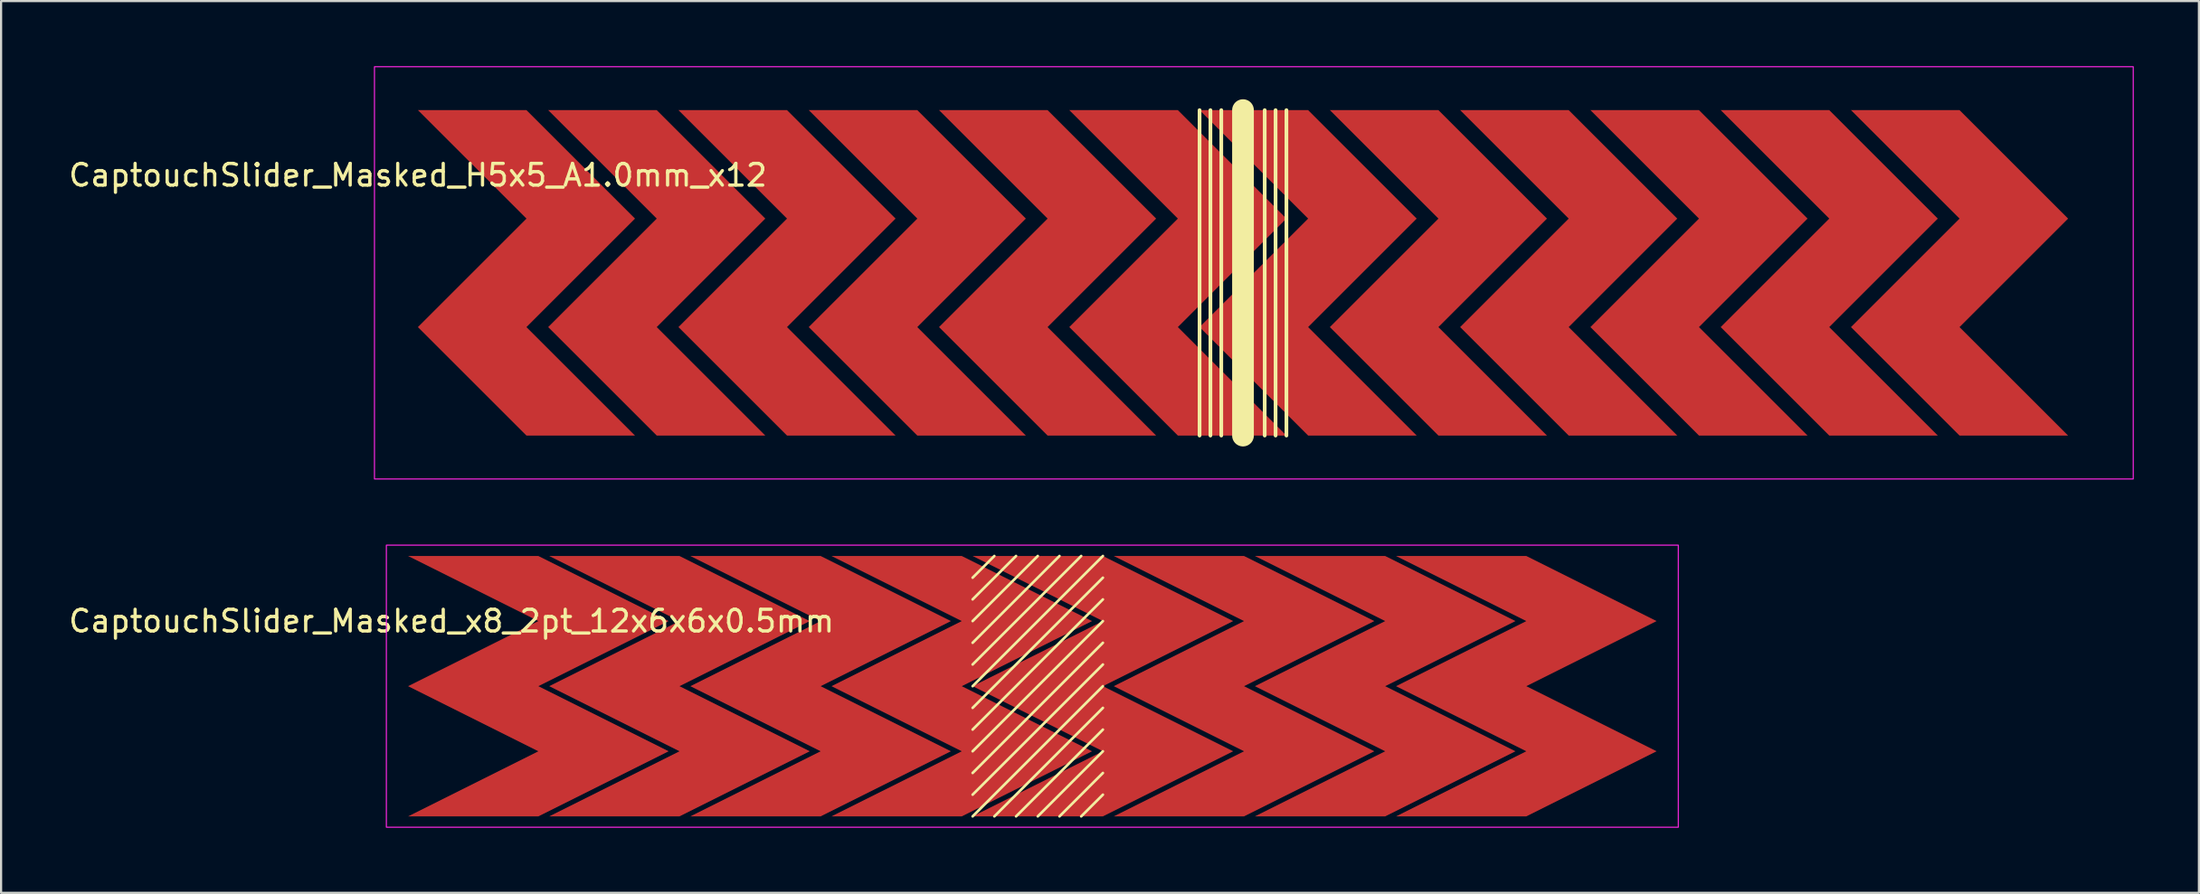
<source format=kicad_pcb>
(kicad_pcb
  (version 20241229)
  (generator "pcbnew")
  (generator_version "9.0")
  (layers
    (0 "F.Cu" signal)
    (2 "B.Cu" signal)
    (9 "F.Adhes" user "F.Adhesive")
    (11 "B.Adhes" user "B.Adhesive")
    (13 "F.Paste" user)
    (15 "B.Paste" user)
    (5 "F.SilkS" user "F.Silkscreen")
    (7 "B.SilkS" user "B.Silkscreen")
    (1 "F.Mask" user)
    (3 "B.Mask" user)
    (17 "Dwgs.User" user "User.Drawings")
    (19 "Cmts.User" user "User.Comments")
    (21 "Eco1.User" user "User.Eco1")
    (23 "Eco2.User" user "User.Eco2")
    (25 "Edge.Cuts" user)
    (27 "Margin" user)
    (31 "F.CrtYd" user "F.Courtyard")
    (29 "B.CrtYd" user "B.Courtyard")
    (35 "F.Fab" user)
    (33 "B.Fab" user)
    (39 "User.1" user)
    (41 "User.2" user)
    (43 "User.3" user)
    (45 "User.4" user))
  (footprint "CaptouchSlider_Masked_x8_2pt_12x6x6x0.5mm"
    (layer "F.Cu")
    (at 15.744 30.575)
    (property "Reference" "CaptouchSlider_Masked_x8_2pt_12x6x6x0.5mm" (at 2 -5 0) (layer "F.SilkS") (effects (font (size 1 1) (thickness 0.15))))
    (attr exclude_from_pos_files exclude_from_bom)
    (fp_line (start 26 -6) (end 28 -8) (stroke (width 0.12) (type solid)) (layer "F.SilkS"))
    (fp_line (start 26 -4) (end 30 -8) (stroke (width 0.12) (type solid)) (layer "F.SilkS"))
    (fp_line (start 26 -1) (end 32 -7) (stroke (width 0.12) (type solid)) (layer "F.SilkS"))
    (fp_line (start 26 1) (end 32 -5) (stroke (width 0.12) (type solid)) (layer "F.SilkS"))
    (fp_line (start 26 3) (end 32 -3) (stroke (width 0.12) (type solid)) (layer "F.SilkS"))
    (fp_line (start 27 -8) (end 26 -7) (stroke (width 0.12) (type solid)) (layer "F.SilkS"))
    (fp_line (start 27 4) (end 32 -1) (stroke (width 0.12) (type solid)) (layer "F.SilkS"))
    (fp_line (start 29 -8) (end 26 -5) (stroke (width 0.12) (type solid)) (layer "F.SilkS"))
    (fp_line (start 29 4) (end 32 1) (stroke (width 0.12) (type solid)) (layer "F.SilkS"))
    (fp_line (start 31 -8) (end 26 -3) (stroke (width 0.12) (type solid)) (layer "F.SilkS"))
    (fp_line (start 31 4) (end 32 3) (stroke (width 0.12) (type solid)) (layer "F.SilkS"))
    (fp_line (start 32 -8) (end 26 -2) (stroke (width 0.12) (type solid)) (layer "F.SilkS"))
    (fp_line (start 32 -6) (end 26 0) (stroke (width 0.12) (type solid)) (layer "F.SilkS"))
    (fp_line (start 32 -4) (end 26 2) (stroke (width 0.12) (type solid)) (layer "F.SilkS"))
    (fp_line (start 32 -2) (end 26 4) (stroke (width 0.12) (type solid)) (layer "F.SilkS"))
    (fp_line (start 32 0) (end 28 4) (stroke (width 0.12) (type solid)) (layer "F.SilkS"))
    (fp_line (start 32 2) (end 30 4) (stroke (width 0.12) (type solid)) (layer "F.SilkS"))
    (fp_rect (start -1 -8.5) (end 58.5 4.5) (stroke (width 0.05) (type solid)) (fill no) (layer "F.CrtYd"))
    (pad "1" smd custom (at 11 -2) (size 1.8 1.8) (layers "F.Cu") (options (anchor circle)) (primitives (gr_poly (pts (xy 7.5 -3) (xy 1.5 0) (xy 7.5 3) (xy 1.5 6) (xy -4.5 6) (xy 1.5 3) (xy -4.5 0) (xy 1.5 -3) (xy -4.5 -6) (xy 1.5 -6)) (width 0) (fill yes))))
    (pad "2" smd custom (at 17.5 -2) (size 1.8 1.8) (layers "F.Cu") (options (anchor circle)) (primitives (gr_poly (pts (xy 7.5 -3) (xy 1.5 0) (xy 7.5 3) (xy 1.5 6) (xy -4.5 6) (xy 1.5 3) (xy -4.5 0) (xy 1.5 -3) (xy -4.5 -6) (xy 1.5 -6)) (width 0) (fill yes))))
    (pad "3" smd custom (at 24 -2) (size 1.8 1.8) (layers "F.Cu") (options (anchor circle)) (primitives (gr_poly (pts (xy 7.5 -3) (xy 1.5 0) (xy 7.5 3) (xy 1.5 6) (xy -4.5 6) (xy 1.5 3) (xy -4.5 0) (xy 1.5 -3) (xy -4.5 -6) (xy 1.5 -6)) (width 0) (fill yes))))
    (pad "4" smd custom (at 30.5 -2) (size 1.8 1.8) (layers "F.Cu") (options (anchor circle)) (primitives (gr_poly (pts (xy 7.5 -3) (xy 1.5 0) (xy 7.5 3) (xy 1.5 6) (xy -4.5 6) (xy 1.5 3) (xy -4.5 0) (xy 1.5 -3) (xy -4.5 -6) (xy 1.5 -6)) (width 0) (fill yes))))
    (pad "5" smd custom (at 37 -2) (size 1.8 1.8) (layers "F.Cu") (options (anchor circle)) (primitives (gr_poly (pts (xy 7.5 -3) (xy 1.5 0) (xy 7.5 3) (xy 1.5 6) (xy -4.5 6) (xy 1.5 3) (xy -4.5 0) (xy 1.5 -3) (xy -4.5 -6) (xy 1.5 -6)) (width 0) (fill yes))))
    (pad "6" smd custom (at 43.5 -2) (size 1.8 1.8) (layers "F.Cu") (options (anchor circle)) (primitives (gr_poly (pts (xy 7.5 -3) (xy 1.5 0) (xy 7.5 3) (xy 1.5 6) (xy -4.5 6) (xy 1.5 3) (xy -4.5 0) (xy 1.5 -3) (xy -4.5 -6) (xy 1.5 -6)) (width 0) (fill yes))))
    (pad "7" smd custom (at 50 -2) (size 1.8 1.8) (layers "F.Cu") (options (anchor circle)) (primitives (gr_poly (pts (xy 7.5 -3) (xy 1.5 0) (xy 7.5 3) (xy 1.5 6) (xy -4.5 6) (xy 1.5 3) (xy -4.5 0) (xy 1.5 -3) (xy -4.5 -6) (xy 1.5 -6)) (width 0) (fill yes))))
    (pad "8" smd custom (at 4.5 -2) (size 1.8 1.8) (layers "F.Cu") (options (anchor circle)) (primitives (gr_poly (pts (xy 7.5 -3) (xy 1.5 0) (xy 7.5 3) (xy 1.5 6) (xy -4.5 6) (xy 1.5 3) (xy -4.5 0) (xy 1.5 -3) (xy -4.5 -6) (xy 1.5 -6)) (width 0) (fill yes))))
    (zone (net_name "") (layers "F.Cu" "B.Cu") (hatch edge 0.508) (connect_pads) (min_thickness 0.254) (filled_areas_thickness no) (keepout (tracks not_allowed) (vias not_allowed) (pads not_allowed) (copperpour not_allowed) (footprints not_allowed)) (placement (enabled no)) (fill) (polygon (pts (xy 21.744 25.575) (xy 15.744 28.575) (xy 21.744 31.575) (xy 15.744 34.575) (xy 15.244 34.575) (xy 21.244 31.575) (xy 15.244 28.575) (xy 21.244 25.575) (xy 15.244 22.575) (xy 15.744 22.575))))
    (zone (net_name "") (layers "F.Cu" "B.Cu") (hatch edge 0.508) (connect_pads) (min_thickness 0.254) (filled_areas_thickness no) (keepout (tracks not_allowed) (vias not_allowed) (pads not_allowed) (copperpour not_allowed) (footprints not_allowed)) (placement (enabled no)) (fill) (polygon (pts (xy 28.244 25.575) (xy 22.244 28.575) (xy 28.244 31.575) (xy 22.244 34.575) (xy 21.744 34.575) (xy 27.744 31.575) (xy 21.744 28.575) (xy 27.744 25.575) (xy 21.744 22.575) (xy 22.244 22.575))))
    (zone (net_name "") (layers "F.Cu" "B.Cu") (hatch edge 0.508) (connect_pads) (min_thickness 0.254) (filled_areas_thickness no) (keepout (tracks not_allowed) (vias not_allowed) (pads not_allowed) (copperpour not_allowed) (footprints not_allowed)) (placement (enabled no)) (fill) (polygon (pts (xy 34.744 25.575) (xy 28.744 28.575) (xy 34.744 31.575) (xy 28.744 34.575) (xy 28.244 34.575) (xy 34.244 31.575) (xy 28.244 28.575) (xy 34.244 25.575) (xy 28.244 22.575) (xy 28.744 22.575))))
    (zone (net_name "") (layers "F.Cu" "B.Cu") (hatch edge 0.508) (connect_pads) (min_thickness 0.254) (filled_areas_thickness no) (keepout (tracks not_allowed) (vias not_allowed) (pads not_allowed) (copperpour not_allowed) (footprints not_allowed)) (placement (enabled no)) (fill) (polygon (pts (xy 41.244 25.575) (xy 35.244 28.575) (xy 41.244 31.575) (xy 35.244 34.575) (xy 34.744 34.575) (xy 40.744 31.575) (xy 34.744 28.575) (xy 40.744 25.575) (xy 34.744 22.575) (xy 35.244 22.575))))
    (zone (net_name "") (layers "F.Cu" "B.Cu") (hatch edge 0.508) (connect_pads) (min_thickness 0.254) (filled_areas_thickness no) (keepout (tracks not_allowed) (vias not_allowed) (pads not_allowed) (copperpour not_allowed) (footprints not_allowed)) (placement (enabled no)) (fill) (polygon (pts (xy 47.744 25.575) (xy 41.744 28.575) (xy 47.744 31.575) (xy 41.744 34.575) (xy 41.244 34.575) (xy 47.244 31.575) (xy 41.244 28.575) (xy 47.244 25.575) (xy 41.244 22.575) (xy 41.744 22.575))))
    (zone (net_name "") (layers "F.Cu" "B.Cu") (hatch edge 0.508) (connect_pads) (min_thickness 0.254) (filled_areas_thickness no) (keepout (tracks not_allowed) (vias not_allowed) (pads not_allowed) (copperpour not_allowed) (footprints not_allowed)) (placement (enabled no)) (fill) (polygon (pts (xy 54.244 25.575) (xy 48.244 28.575) (xy 54.244 31.575) (xy 48.244 34.575) (xy 47.744 34.575) (xy 53.744 31.575) (xy 47.744 28.575) (xy 53.744 25.575) (xy 47.744 22.575) (xy 48.244 22.575))))
    (zone (net_name "") (layers "F.Cu" "B.Cu") (hatch edge 0.508) (connect_pads) (min_thickness 0.254) (filled_areas_thickness no) (keepout (tracks not_allowed) (vias not_allowed) (pads not_allowed) (copperpour not_allowed) (footprints not_allowed)) (placement (enabled no)) (fill) (polygon (pts (xy 60.744 25.575) (xy 54.744 28.575) (xy 60.744 31.575) (xy 54.744 34.575) (xy 54.244 34.575) (xy 60.244 31.575) (xy 54.244 28.575) (xy 60.244 25.575) (xy 54.244 22.575) (xy 54.744 22.575))))
    (zone (net_name "") (layers "F.Cu" "B.Cu") (hatch edge 0.508) (connect_pads) (min_thickness 0.254) (filled_areas_thickness no) (keepout (tracks not_allowed) (vias not_allowed) (pads not_allowed) (copperpour not_allowed) (footprints not_allowed)) (placement (enabled no)) (fill) (polygon (pts (xy 67.244 25.575) (xy 61.244 28.575) (xy 67.244 31.575) (xy 61.244 34.575) (xy 60.744 34.575) (xy 66.744 31.575) (xy 60.744 28.575) (xy 66.744 25.575) (xy 60.744 22.575) (xy 61.244 22.575))))
    (zone (net_name "") (layers "F.Cu" "B.Cu") (hatch edge 0.508) (connect_pads) (min_thickness 0.254) (filled_areas_thickness no) (keepout (tracks not_allowed) (vias not_allowed) (pads not_allowed) (copperpour not_allowed) (footprints not_allowed)) (placement (enabled no)) (fill) (polygon (pts (xy 73.744 25.575) (xy 67.744 28.575) (xy 73.744 31.575) (xy 67.744 34.575) (xy 67.244 34.575) (xy 73.244 31.575) (xy 67.244 28.575) (xy 73.244 25.575) (xy 67.244 22.575) (xy 67.744 22.575)))))
  (footprint "CaptouchSlider_Masked_H5x5_A1.0mm_x12"
    (layer "F.Cu")
    (at 16.196 9.025)
    (property "Reference" "CaptouchSlider_Masked_H5x5_A1.0mm_x12" (at 0 -4 0) (layer "F.SilkS") (effects (font (size 1 1) (thickness 0.15))))
    (attr exclude_from_pos_files exclude_from_bom)
    (fp_line (start 36 8) (end 36 -7) (stroke (width 0.17) (type solid)) (layer "F.SilkS"))
    (fp_line (start 36.5 8) (end 36.5 -7) (stroke (width 0.17) (type solid)) (layer "F.SilkS"))
    (fp_line (start 37 8) (end 37 -7) (stroke (width 0.17) (type solid)) (layer "F.SilkS"))
    (fp_line (start 38 8) (end 38 -7) (stroke (width 1) (type solid)) (layer "F.SilkS"))
    (fp_line (start 39 8) (end 39 -7) (stroke (width 0.17) (type solid)) (layer "F.SilkS"))
    (fp_line (start 39.5 8) (end 39.5 -7) (stroke (width 0.17) (type solid)) (layer "F.SilkS"))
    (fp_line (start 40 8) (end 40 -7) (stroke (width 0.17) (type solid)) (layer "F.SilkS"))
    (fp_rect (start -2 -9) (end 79 10) (stroke (width 0.05) (type solid)) (fill no) (layer "F.CrtYd"))
    (pad "1" smd custom (at 7 -2 45) (size 1 1) (layers "F.Cu") (options (anchor rect)) (primitives (gr_poly (pts (xy 2.121 2.121) (xy -4.95 2.121) (xy -4.95 9.192) (xy -8.485 5.657) (xy -8.485 -1.414) (xy -1.414 -1.414) (xy -1.414 -8.485) (xy 2.121 -4.95)) (width 0) (fill yes))))
    (pad "2" smd custom (at 13 -2 45) (size 1 1) (layers "F.Cu") (options (anchor rect)) (primitives (gr_poly (pts (xy 2.121 2.121) (xy -4.95 2.121) (xy -4.95 9.192) (xy -8.485 5.657) (xy -8.485 -1.414) (xy -1.414 -1.414) (xy -1.414 -8.485) (xy 2.121 -4.95)) (width 0) (fill yes))))
    (pad "3" smd custom (at 19 -2 45) (size 1 1) (layers "F.Cu") (options (anchor rect)) (primitives (gr_poly (pts (xy 2.121 2.121) (xy -4.95 2.121) (xy -4.95 9.192) (xy -8.485 5.657) (xy -8.485 -1.414) (xy -1.414 -1.414) (xy -1.414 -8.485) (xy 2.121 -4.95)) (width 0) (fill yes))))
    (pad "4" smd custom (at 25 -2 45) (size 1 1) (layers "F.Cu") (options (anchor rect)) (primitives (gr_poly (pts (xy 2.121 2.121) (xy -4.95 2.121) (xy -4.95 9.192) (xy -8.485 5.657) (xy -8.485 -1.414) (xy -1.414 -1.414) (xy -1.414 -8.485) (xy 2.121 -4.95)) (width 0) (fill yes))))
    (pad "5" smd custom (at 31 -2 45) (size 1 1) (layers "F.Cu") (options (anchor rect)) (primitives (gr_poly (pts (xy 2.121 2.121) (xy -4.95 2.121) (xy -4.95 9.192) (xy -8.485 5.657) (xy -8.485 -1.414) (xy -1.414 -1.414) (xy -1.414 -8.485) (xy 2.121 -4.95)) (width 0) (fill yes))))
    (pad "6" smd custom (at 37 -2 45) (size 1 1) (layers "F.Cu") (options (anchor rect)) (primitives (gr_poly (pts (xy 2.121 2.121) (xy -4.95 2.121) (xy -4.95 9.192) (xy -8.485 5.657) (xy -8.485 -1.414) (xy -1.414 -1.414) (xy -1.414 -8.485) (xy 2.121 -4.95)) (width 0) (fill yes))))
    (pad "7" smd custom (at 43 -2 45) (size 1 1) (layers "F.Cu") (options (anchor rect)) (primitives (gr_poly (pts (xy 2.121 2.121) (xy -4.95 2.121) (xy -4.95 9.192) (xy -8.485 5.657) (xy -8.485 -1.414) (xy -1.414 -1.414) (xy -1.414 -8.485) (xy 2.121 -4.95)) (width 0) (fill yes))))
    (pad "8" smd custom (at 49 -2 45) (size 1 1) (layers "F.Cu") (options (anchor rect)) (primitives (gr_poly (pts (xy 2.121 2.121) (xy -4.95 2.121) (xy -4.95 9.192) (xy -8.485 5.657) (xy -8.485 -1.414) (xy -1.414 -1.414) (xy -1.414 -8.485) (xy 2.121 -4.95)) (width 0) (fill yes))))
    (pad "9" smd custom (at 55 -2 45) (size 1 1) (layers "F.Cu") (options (anchor rect)) (primitives (gr_poly (pts (xy 2.121 2.121) (xy -4.95 2.121) (xy -4.95 9.192) (xy -8.485 5.657) (xy -8.485 -1.414) (xy -1.414 -1.414) (xy -1.414 -8.485) (xy 2.121 -4.95)) (width 0) (fill yes))))
    (pad "10" smd custom (at 61 -2 45) (size 1 1) (layers "F.Cu") (options (anchor rect)) (primitives (gr_poly (pts (xy 2.121 2.121) (xy -4.95 2.121) (xy -4.95 9.192) (xy -8.485 5.657) (xy -8.485 -1.414) (xy -1.414 -1.414) (xy -1.414 -8.485) (xy 2.121 -4.95)) (width 0) (fill yes))))
    (pad "11" smd custom (at 67 -2 45) (size 1 1) (layers "F.Cu") (options (anchor rect)) (primitives (gr_poly (pts (xy 2.121 2.121) (xy -4.95 2.121) (xy -4.95 9.192) (xy -8.485 5.657) (xy -8.485 -1.414) (xy -1.414 -1.414) (xy -1.414 -8.485) (xy 2.121 -4.95)) (width 0) (fill yes))))
    (pad "12" smd custom (at 73 -2 45) (size 1 1) (layers "F.Cu") (options (anchor rect)) (primitives (gr_poly (pts (xy 2.121 2.121) (xy -4.95 2.121) (xy -4.95 9.192) (xy -8.485 5.657) (xy -8.485 -1.414) (xy -1.414 -1.414) (xy -1.414 -8.485) (xy 2.121 -4.95)) (width 0) (fill yes))))
    (zone (net_name "") (layer "F.Cu") (hatch edge 0.508) (connect_pads) (min_thickness 0.254) (filled_areas_thickness no) (keepout (tracks not_allowed) (vias not_allowed) (pads not_allowed) (copperpour not_allowed) (footprints allowed)) (placement (enabled no)) (fill) (polygon (pts (xy 21.196 7.025) (xy 16.196 12.025) (xy 21.196 17.025) (xy 20.196 17.025) (xy 15.196 12.025) (xy 20.196 7.025) (xy 15.196 2.025) (xy 16.196 2.025))))
    (zone (net_name "") (layer "F.Cu") (hatch edge 0.508) (connect_pads) (min_thickness 0.254) (filled_areas_thickness no) (keepout (tracks not_allowed) (vias not_allowed) (pads not_allowed) (copperpour not_allowed) (footprints allowed)) (placement (enabled no)) (fill) (polygon (pts (xy 27.196 7.025) (xy 22.196 12.025) (xy 27.196 17.025) (xy 26.196 17.025) (xy 21.196 12.025) (xy 26.196 7.025) (xy 21.196 2.025) (xy 22.196 2.025))))
    (zone (net_name "") (layer "F.Cu") (hatch edge 0.508) (connect_pads) (min_thickness 0.254) (filled_areas_thickness no) (keepout (tracks not_allowed) (vias not_allowed) (pads not_allowed) (copperpour not_allowed) (footprints allowed)) (placement (enabled no)) (fill) (polygon (pts (xy 33.196 7.025) (xy 28.196 12.025) (xy 33.196 17.025) (xy 32.196 17.025) (xy 27.196 12.025) (xy 32.196 7.025) (xy 27.196 2.025) (xy 28.196 2.025))))
    (zone (net_name "") (layer "F.Cu") (hatch edge 0.508) (connect_pads) (min_thickness 0.254) (filled_areas_thickness no) (keepout (tracks not_allowed) (vias not_allowed) (pads not_allowed) (copperpour not_allowed) (footprints allowed)) (placement (enabled no)) (fill) (polygon (pts (xy 39.196 7.025) (xy 34.196 12.025) (xy 39.196 17.025) (xy 38.196 17.025) (xy 33.196 12.025) (xy 38.196 7.025) (xy 33.196 2.025) (xy 34.196 2.025))))
    (zone (net_name "") (layer "F.Cu") (hatch edge 0.508) (connect_pads) (min_thickness 0.254) (filled_areas_thickness no) (keepout (tracks not_allowed) (vias not_allowed) (pads not_allowed) (copperpour not_allowed) (footprints allowed)) (placement (enabled no)) (fill) (polygon (pts (xy 45.196 7.025) (xy 40.196 12.025) (xy 45.196 17.025) (xy 44.196 17.025) (xy 39.196 12.025) (xy 44.196 7.025) (xy 39.196 2.025) (xy 40.196 2.025))))
    (zone (net_name "") (layer "F.Cu") (hatch edge 0.508) (connect_pads) (min_thickness 0.254) (filled_areas_thickness no) (keepout (tracks not_allowed) (vias not_allowed) (pads not_allowed) (copperpour not_allowed) (footprints allowed)) (placement (enabled no)) (fill) (polygon (pts (xy 51.196 7.025) (xy 46.196 12.025) (xy 51.196 17.025) (xy 50.196 17.025) (xy 45.196 12.025) (xy 50.196 7.025) (xy 45.196 2.025) (xy 46.196 2.025))))
    (zone (net_name "") (layer "F.Cu") (hatch edge 0.508) (connect_pads) (min_thickness 0.254) (filled_areas_thickness no) (keepout (tracks not_allowed) (vias not_allowed) (pads not_allowed) (copperpour not_allowed) (footprints allowed)) (placement (enabled no)) (fill) (polygon (pts (xy 57.196 7.025) (xy 52.196 12.025) (xy 57.196 17.025) (xy 56.196 17.025) (xy 51.196 12.025) (xy 56.196 7.025) (xy 51.196 2.025) (xy 52.196 2.025))))
    (zone (net_name "") (layer "F.Cu") (hatch edge 0.508) (connect_pads) (min_thickness 0.254) (filled_areas_thickness no) (keepout (tracks not_allowed) (vias not_allowed) (pads not_allowed) (copperpour not_allowed) (footprints allowed)) (placement (enabled no)) (fill) (polygon (pts (xy 63.196 7.025) (xy 58.196 12.025) (xy 63.196 17.025) (xy 62.196 17.025) (xy 57.196 12.025) (xy 62.196 7.025) (xy 57.196 2.025) (xy 58.196 2.025))))
    (zone (net_name "") (layer "F.Cu") (hatch edge 0.508) (connect_pads) (min_thickness 0.254) (filled_areas_thickness no) (keepout (tracks not_allowed) (vias not_allowed) (pads not_allowed) (copperpour not_allowed) (footprints allowed)) (placement (enabled no)) (fill) (polygon (pts (xy 69.196 7.025) (xy 64.196 12.025) (xy 69.196 17.025) (xy 68.196 17.025) (xy 63.196 12.025) (xy 68.196 7.025) (xy 63.196 2.025) (xy 64.196 2.025))))
    (zone (net_name "") (layer "F.Cu") (hatch edge 0.508) (connect_pads) (min_thickness 0.254) (filled_areas_thickness no) (keepout (tracks not_allowed) (vias not_allowed) (pads not_allowed) (copperpour not_allowed) (footprints allowed)) (placement (enabled no)) (fill) (polygon (pts (xy 75.196 7.025) (xy 70.196 12.025) (xy 75.196 17.025) (xy 74.196 17.025) (xy 69.196 12.025) (xy 74.196 7.025) (xy 69.196 2.025) (xy 70.196 2.025))))
    (zone (net_name "") (layer "F.Cu") (hatch edge 0.508) (connect_pads) (min_thickness 0.254) (filled_areas_thickness no) (keepout (tracks not_allowed) (vias not_allowed) (pads not_allowed) (copperpour not_allowed) (footprints allowed)) (placement (enabled no)) (fill) (polygon (pts (xy 81.196 7.025) (xy 76.196 12.025) (xy 81.196 17.025) (xy 80.196 17.025) (xy 75.196 12.025) (xy 80.196 7.025) (xy 75.196 2.025) (xy 76.196 2.025))))
    (zone (net_name "") (layer "F.Cu") (hatch edge 0.508) (connect_pads) (min_thickness 0.254) (filled_areas_thickness no) (keepout (tracks not_allowed) (vias not_allowed) (pads not_allowed) (copperpour not_allowed) (footprints allowed)) (placement (enabled no)) (fill) (polygon (pts (xy 87.196 7.025) (xy 82.196 12.025) (xy 87.196 17.025) (xy 86.196 17.025) (xy 81.196 12.025) (xy 86.196 7.025) (xy 81.196 2.025) (xy 82.196 2.025))))
    (zone (net_name "") (layer "F.Cu") (hatch edge 0.508) (connect_pads) (min_thickness 0.254) (filled_areas_thickness no) (keepout (tracks not_allowed) (vias not_allowed) (pads not_allowed) (copperpour not_allowed) (footprints allowed)) (placement (enabled no)) (fill) (polygon (pts (xy 93.196 7.025) (xy 88.196 12.025) (xy 93.196 17.025) (xy 92.196 17.025) (xy 87.196 12.025) (xy 92.196 7.025) (xy 87.196 2.025) (xy 88.196 2.025)))))
  (gr_rect
    (start -3 -3)
    (end 98.221 38.1)
    (stroke (width 0.1) (type default))
    (fill no)
    (layer "Edge.Cuts")))
</source>
